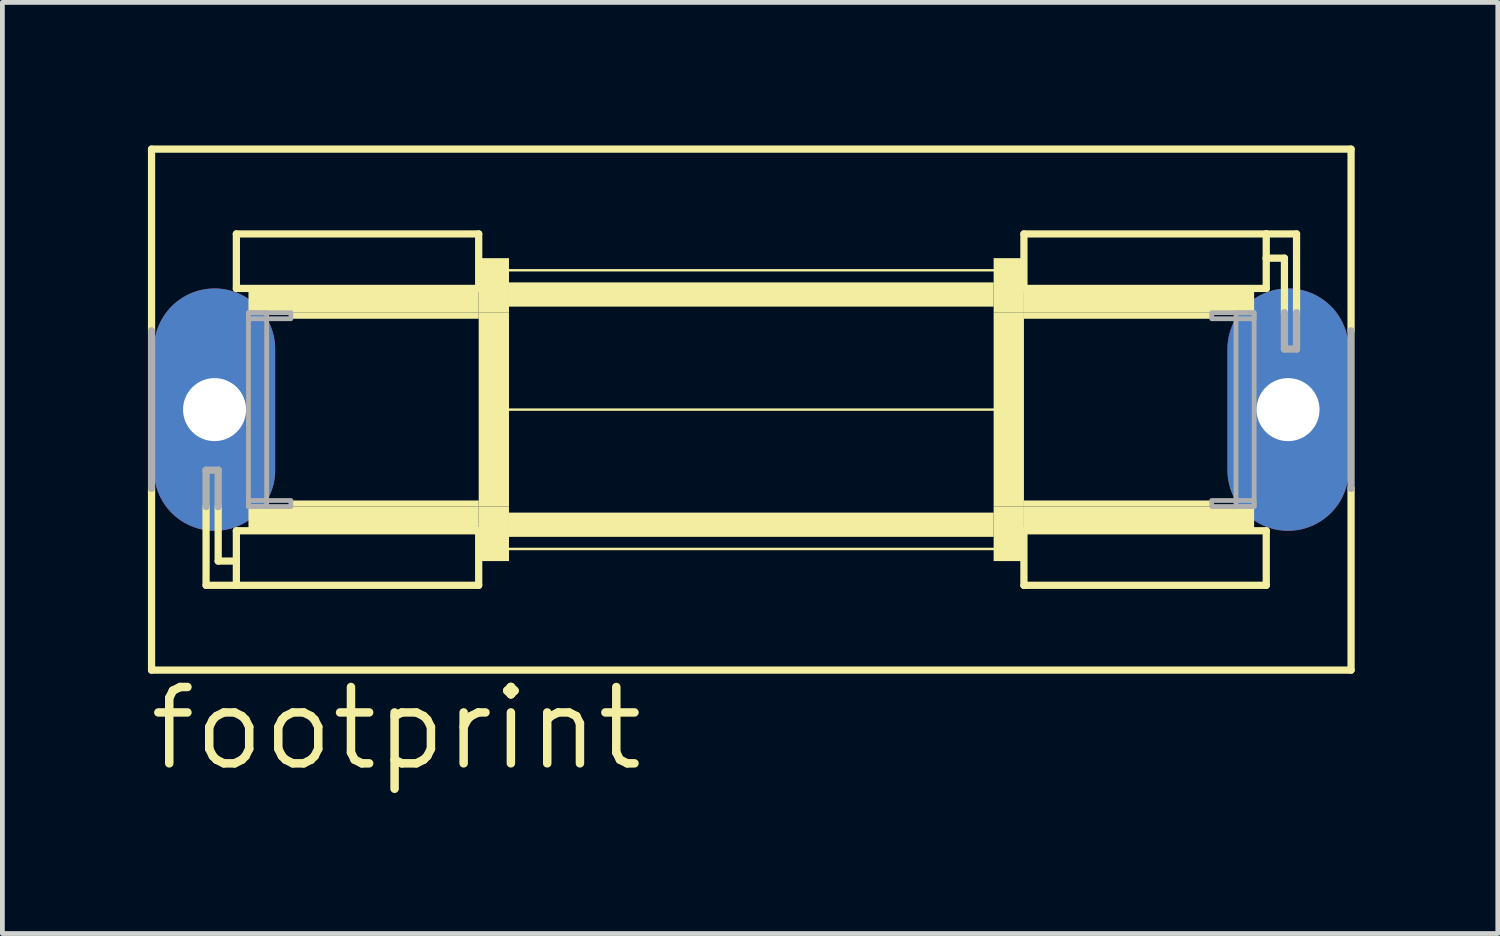
<source format=kicad_pcb>
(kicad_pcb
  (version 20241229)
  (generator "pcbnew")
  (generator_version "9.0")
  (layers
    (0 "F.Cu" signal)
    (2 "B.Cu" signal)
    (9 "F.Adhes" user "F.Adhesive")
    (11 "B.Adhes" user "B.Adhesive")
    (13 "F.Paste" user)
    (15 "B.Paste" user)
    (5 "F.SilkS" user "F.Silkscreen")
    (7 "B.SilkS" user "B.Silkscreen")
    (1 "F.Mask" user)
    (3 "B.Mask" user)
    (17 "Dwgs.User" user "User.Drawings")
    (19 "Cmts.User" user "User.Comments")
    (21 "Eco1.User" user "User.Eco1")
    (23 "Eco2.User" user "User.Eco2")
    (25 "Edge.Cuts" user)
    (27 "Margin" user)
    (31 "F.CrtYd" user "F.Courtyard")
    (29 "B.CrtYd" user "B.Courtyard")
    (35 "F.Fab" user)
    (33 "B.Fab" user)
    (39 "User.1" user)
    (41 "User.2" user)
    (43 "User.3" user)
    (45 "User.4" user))
  (footprint "footprint"
    (layer "F.Cu")
    (at 12.7 5.537)
    (property "Reference" "footprint" (at -12.7 7.62 0) (layer "F.SilkS") (effects (font (size 1.6 1.6) (thickness 0.178)) (justify left bottom)))
    (fp_line (start -12.573 -5.461) (end -12.573 -1.651) (stroke (width 0.152) (type solid)) (layer "F.SilkS"))
    (fp_line (start -12.573 1.651) (end -12.573 5.461) (stroke (width 0.152) (type solid)) (layer "F.SilkS"))
    (fp_line (start -12.573 5.461) (end 12.573 5.461) (stroke (width 0.152) (type solid)) (layer "F.SilkS"))
    (fp_line (start -11.43 3.683) (end -11.43 2.032) (stroke (width 0.152) (type solid)) (layer "F.SilkS"))
    (fp_line (start -11.176 2.032) (end -11.176 3.175) (stroke (width 0.152) (type solid)) (layer "F.SilkS"))
    (fp_line (start -11.176 3.175) (end -10.795 3.175) (stroke (width 0.152) (type solid)) (layer "F.SilkS"))
    (fp_line (start -10.795 -3.683) (end -10.795 -2.54) (stroke (width 0.152) (type solid)) (layer "F.SilkS"))
    (fp_line (start -10.795 -3.683) (end -5.715 -3.683) (stroke (width 0.152) (type solid)) (layer "F.SilkS"))
    (fp_line (start -10.795 -2.54) (end -5.715 -2.54) (stroke (width 0.152) (type solid)) (layer "F.SilkS"))
    (fp_line (start -10.795 2.54) (end -5.715 2.54) (stroke (width 0.152) (type solid)) (layer "F.SilkS"))
    (fp_line (start -10.795 3.175) (end -10.795 2.54) (stroke (width 0.152) (type solid)) (layer "F.SilkS"))
    (fp_line (start -10.795 3.683) (end -11.43 3.683) (stroke (width 0.152) (type solid)) (layer "F.SilkS"))
    (fp_line (start -10.795 3.683) (end -10.795 3.175) (stroke (width 0.152) (type solid)) (layer "F.SilkS"))
    (fp_line (start -5.715 -2.54) (end -5.715 -3.683) (stroke (width 0.152) (type solid)) (layer "F.SilkS"))
    (fp_line (start -5.715 3.683) (end -10.795 3.683) (stroke (width 0.152) (type solid)) (layer "F.SilkS"))
    (fp_line (start -5.715 3.683) (end -5.715 2.54) (stroke (width 0.152) (type solid)) (layer "F.SilkS"))
    (fp_line (start -5.207 0) (end 5.207 0) (stroke (width 0.051) (type solid)) (layer "F.SilkS"))
    (fp_line (start -5.08 -2.921) (end 5.08 -2.921) (stroke (width 0.051) (type solid)) (layer "F.SilkS"))
    (fp_line (start -5.08 2.921) (end 5.08 2.921) (stroke (width 0.051) (type solid)) (layer "F.SilkS"))
    (fp_line (start 5.715 -3.683) (end 5.715 -2.54) (stroke (width 0.152) (type solid)) (layer "F.SilkS"))
    (fp_line (start 5.715 -3.683) (end 10.795 -3.683) (stroke (width 0.152) (type solid)) (layer "F.SilkS"))
    (fp_line (start 5.715 2.54) (end 5.715 3.683) (stroke (width 0.152) (type solid)) (layer "F.SilkS"))
    (fp_line (start 10.795 -3.683) (end 10.795 -3.175) (stroke (width 0.152) (type solid)) (layer "F.SilkS"))
    (fp_line (start 10.795 -3.683) (end 11.43 -3.683) (stroke (width 0.152) (type solid)) (layer "F.SilkS"))
    (fp_line (start 10.795 -3.175) (end 10.795 -2.54) (stroke (width 0.152) (type solid)) (layer "F.SilkS"))
    (fp_line (start 10.795 -2.54) (end 5.715 -2.54) (stroke (width 0.152) (type solid)) (layer "F.SilkS"))
    (fp_line (start 10.795 2.54) (end 5.715 2.54) (stroke (width 0.152) (type solid)) (layer "F.SilkS"))
    (fp_line (start 10.795 3.683) (end 5.715 3.683) (stroke (width 0.152) (type solid)) (layer "F.SilkS"))
    (fp_line (start 10.795 3.683) (end 10.795 2.54) (stroke (width 0.152) (type solid)) (layer "F.SilkS"))
    (fp_line (start 11.176 -3.175) (end 10.795 -3.175) (stroke (width 0.152) (type solid)) (layer "F.SilkS"))
    (fp_line (start 11.176 -2.032) (end 11.176 -3.175) (stroke (width 0.152) (type solid)) (layer "F.SilkS"))
    (fp_line (start 11.43 -3.683) (end 11.43 -2.032) (stroke (width 0.152) (type solid)) (layer "F.SilkS"))
    (fp_line (start 12.573 -5.461) (end -12.573 -5.461) (stroke (width 0.152) (type solid)) (layer "F.SilkS"))
    (fp_line (start 12.573 -5.461) (end 12.573 -1.651) (stroke (width 0.152) (type solid)) (layer "F.SilkS"))
    (fp_line (start 12.573 1.651) (end 12.573 5.461) (stroke (width 0.152) (type solid)) (layer "F.SilkS"))
    (fp_poly (pts (xy -10.541 -2.032) (xy -5.715 -2.032) (xy -5.715 -2.54) (xy -10.541 -2.54)) (stroke (width 0) (type solid)) (fill yes) (layer "F.SilkS"))
    (fp_poly (pts (xy -10.541 2.54) (xy -5.715 2.54) (xy -5.715 2.032) (xy -10.541 2.032)) (stroke (width 0) (type solid)) (fill yes) (layer "F.SilkS"))
    (fp_poly (pts (xy -9.652 -1.905) (xy -5.715 -1.905) (xy -5.715 -2.032) (xy -9.652 -2.032)) (stroke (width 0) (type solid)) (fill yes) (layer "F.SilkS"))
    (fp_poly (pts (xy -9.652 2.032) (xy -5.715 2.032) (xy -5.715 1.905) (xy -9.652 1.905)) (stroke (width 0) (type solid)) (fill yes) (layer "F.SilkS"))
    (fp_poly (pts (xy -5.715 -2.032) (xy -5.08 -2.032) (xy -5.08 -3.175) (xy -5.715 -3.175)) (stroke (width 0) (type solid)) (fill yes) (layer "F.SilkS"))
    (fp_poly (pts (xy -5.715 2.032) (xy -5.08 2.032) (xy -5.08 -2.032) (xy -5.715 -2.032)) (stroke (width 0) (type solid)) (fill yes) (layer "F.SilkS"))
    (fp_poly (pts (xy -5.715 3.175) (xy -5.08 3.175) (xy -5.08 2.032) (xy -5.715 2.032)) (stroke (width 0) (type solid)) (fill yes) (layer "F.SilkS"))
    (fp_poly (pts (xy -5.08 -2.159) (xy 5.08 -2.159) (xy 5.08 -2.667) (xy -5.08 -2.667)) (stroke (width 0) (type solid)) (fill yes) (layer "F.SilkS"))
    (fp_poly (pts (xy -5.08 2.667) (xy 5.08 2.667) (xy 5.08 2.159) (xy -5.08 2.159)) (stroke (width 0) (type solid)) (fill yes) (layer "F.SilkS"))
    (fp_poly (pts (xy 5.08 -2.032) (xy 5.715 -2.032) (xy 5.715 -3.175) (xy 5.08 -3.175)) (stroke (width 0) (type solid)) (fill yes) (layer "F.SilkS"))
    (fp_poly (pts (xy 5.08 2.032) (xy 5.715 2.032) (xy 5.715 -2.032) (xy 5.08 -2.032)) (stroke (width 0) (type solid)) (fill yes) (layer "F.SilkS"))
    (fp_poly (pts (xy 5.08 3.175) (xy 5.715 3.175) (xy 5.715 2.032) (xy 5.08 2.032)) (stroke (width 0) (type solid)) (fill yes) (layer "F.SilkS"))
    (fp_poly (pts (xy 5.715 -2.032) (xy 10.541 -2.032) (xy 10.541 -2.54) (xy 5.715 -2.54)) (stroke (width 0) (type solid)) (fill yes) (layer "F.SilkS"))
    (fp_poly (pts (xy 5.715 -1.905) (xy 9.652 -1.905) (xy 9.652 -2.032) (xy 5.715 -2.032)) (stroke (width 0) (type solid)) (fill yes) (layer "F.SilkS"))
    (fp_poly (pts (xy 5.715 2.032) (xy 9.652 2.032) (xy 9.652 1.905) (xy 5.715 1.905)) (stroke (width 0) (type solid)) (fill yes) (layer "F.SilkS"))
    (fp_poly (pts (xy 5.715 2.54) (xy 10.541 2.54) (xy 10.541 2.032) (xy 5.715 2.032)) (stroke (width 0) (type solid)) (fill yes) (layer "F.SilkS"))
    (fp_line (start -12.573 1.651) (end -12.573 -1.651) (stroke (width 0.152) (type solid)) (layer "F.Fab"))
    (fp_line (start -11.43 1.27) (end -11.176 1.27) (stroke (width 0.152) (type solid)) (layer "F.Fab"))
    (fp_line (start -11.43 2.032) (end -11.43 1.27) (stroke (width 0.152) (type solid)) (layer "F.Fab"))
    (fp_line (start -11.176 1.27) (end -11.176 2.032) (stroke (width 0.152) (type solid)) (layer "F.Fab"))
    (fp_line (start 11.176 -1.27) (end 11.176 -2.032) (stroke (width 0.152) (type solid)) (layer "F.Fab"))
    (fp_line (start 11.43 -2.032) (end 11.43 -1.27) (stroke (width 0.152) (type solid)) (layer "F.Fab"))
    (fp_line (start 11.43 -1.27) (end 11.176 -1.27) (stroke (width 0.152) (type solid)) (layer "F.Fab"))
    (fp_line (start 12.573 1.651) (end 12.573 -1.651) (stroke (width 0.152) (type solid)) (layer "F.Fab"))
    (fp_poly (pts (xy -10.541 -1.905) (xy -9.652 -1.905) (xy -9.652 -2.032) (xy -10.541 -2.032)) (stroke (width 0.1) (type solid)) (fill no) (layer "F.Fab"))
    (fp_poly (pts (xy -10.541 2.032) (xy -10.16 2.032) (xy -10.16 -2.032) (xy -10.541 -2.032)) (stroke (width 0.1) (type solid)) (fill no) (layer "F.Fab"))
    (fp_poly (pts (xy -10.541 2.032) (xy -9.652 2.032) (xy -9.652 1.905) (xy -10.541 1.905)) (stroke (width 0.1) (type solid)) (fill no) (layer "F.Fab"))
    (fp_poly (pts (xy 9.652 -1.905) (xy 10.541 -1.905) (xy 10.541 -2.032) (xy 9.652 -2.032)) (stroke (width 0.1) (type solid)) (fill no) (layer "F.Fab"))
    (fp_poly (pts (xy 9.652 2.032) (xy 10.541 2.032) (xy 10.541 1.905) (xy 9.652 1.905)) (stroke (width 0.1) (type solid)) (fill no) (layer "F.Fab"))
    (fp_poly (pts (xy 10.16 2.032) (xy 10.541 2.032) (xy 10.541 -2.032) (xy 10.16 -2.032)) (stroke (width 0.1) (type solid)) (fill no) (layer "F.Fab"))
    (pad "1" thru_hole oval (at -11.252 0 90) (size 5.08 2.54) (drill 1.321) (layers "*.Cu" "*.Mask"))
    (pad "2" thru_hole oval (at 11.252 0 90) (size 5.08 2.54) (drill 1.321) (layers "*.Cu" "*.Mask")))
  (gr_rect
    (start -3 -3)
    (end 28.349 16.52)
    (stroke (width 0.1) (type default))
    (fill no)
    (layer "Edge.Cuts")))
</source>
